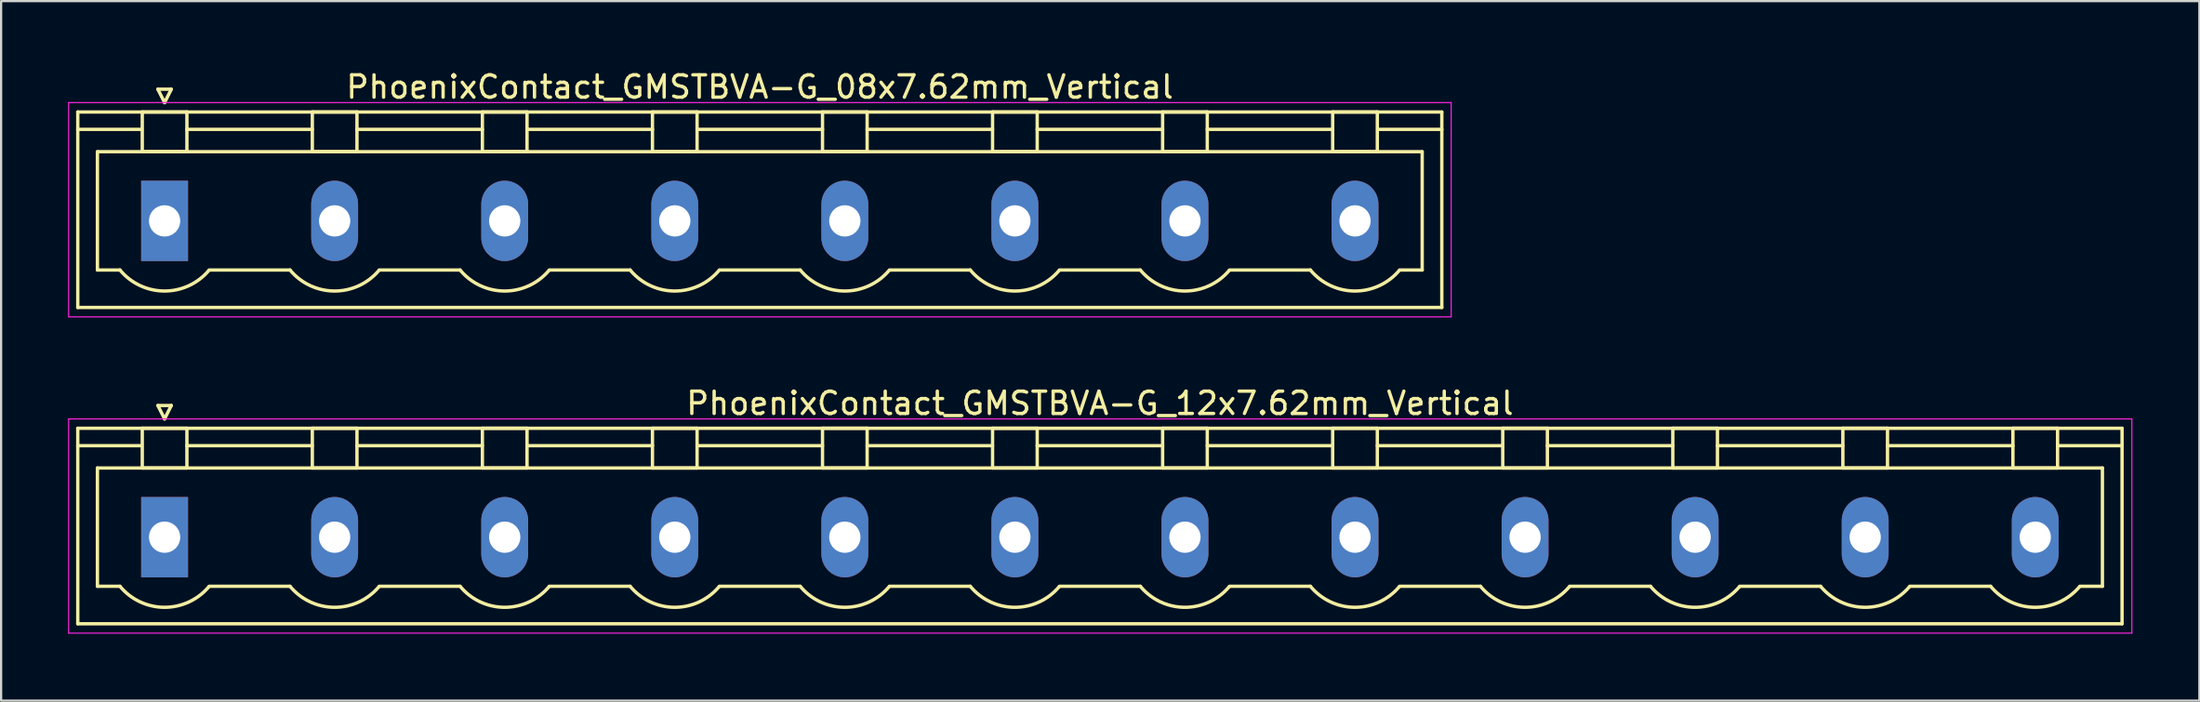
<source format=kicad_pcb>
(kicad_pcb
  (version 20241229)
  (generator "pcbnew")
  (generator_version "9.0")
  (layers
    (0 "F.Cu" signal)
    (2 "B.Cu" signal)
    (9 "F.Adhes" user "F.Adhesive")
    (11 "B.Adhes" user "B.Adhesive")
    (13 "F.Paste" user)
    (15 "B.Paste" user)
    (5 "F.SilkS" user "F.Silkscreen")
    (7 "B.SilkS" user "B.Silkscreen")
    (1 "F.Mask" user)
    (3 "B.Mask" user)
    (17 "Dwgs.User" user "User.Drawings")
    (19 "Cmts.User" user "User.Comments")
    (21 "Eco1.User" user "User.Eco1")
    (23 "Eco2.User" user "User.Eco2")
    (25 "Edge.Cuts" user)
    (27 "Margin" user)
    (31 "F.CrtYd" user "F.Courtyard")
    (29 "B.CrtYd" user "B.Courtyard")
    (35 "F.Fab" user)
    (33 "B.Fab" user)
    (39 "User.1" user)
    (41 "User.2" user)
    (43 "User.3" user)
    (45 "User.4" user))
  (footprint "PhoenixContact_GMSTBVA-G_08x7.62mm_Vertical"
    (layer "F.Cu")
    (at 4.325 6.848)
    (property "Reference" "PhoenixContact_GMSTBVA-G_08x7.62mm_Vertical" (at 26.67 -6 0) (layer "F.SilkS") (effects (font (size 1 1) (thickness 0.15))))
    (attr through_hole)
    (fp_line (start -3.89 -4.88) (end -3.89 3.88) (stroke (width 0.15) (type solid)) (layer "F.SilkS"))
    (fp_line (start -3.89 -4.1) (end -1.08 -4.1) (stroke (width 0.15) (type solid)) (layer "F.SilkS"))
    (fp_line (start -3.89 3.88) (end 57.23 3.88) (stroke (width 0.15) (type solid)) (layer "F.SilkS"))
    (fp_line (start -3.01 -3.1) (end 56.35 -3.1) (stroke (width 0.15) (type solid)) (layer "F.SilkS"))
    (fp_line (start -3.01 2.2) (end -3.01 -3.1) (stroke (width 0.15) (type solid)) (layer "F.SilkS"))
    (fp_line (start -2 2.2) (end -3.01 2.2) (stroke (width 0.15) (type solid)) (layer "F.SilkS"))
    (fp_line (start -1 -4.88) (end 1 -4.88) (stroke (width 0.15) (type solid)) (layer "F.SilkS"))
    (fp_line (start -1 -3.1) (end -1 -4.88) (stroke (width 0.15) (type solid)) (layer "F.SilkS"))
    (fp_line (start -0.3 -5.9) (end 0 -5.3) (stroke (width 0.15) (type solid)) (layer "F.SilkS"))
    (fp_line (start 0 -5.3) (end 0.3 -5.9) (stroke (width 0.15) (type solid)) (layer "F.SilkS"))
    (fp_line (start 0.3 -5.9) (end -0.3 -5.9) (stroke (width 0.15) (type solid)) (layer "F.SilkS"))
    (fp_line (start 1 -4.88) (end 1 -3.1) (stroke (width 0.15) (type solid)) (layer "F.SilkS"))
    (fp_line (start 1 -4.1) (end 6.62 -4.1) (stroke (width 0.15) (type solid)) (layer "F.SilkS"))
    (fp_line (start 1 -3.1) (end -1 -3.1) (stroke (width 0.15) (type solid)) (layer "F.SilkS"))
    (fp_line (start 2 2.2) (end 5.62 2.2) (stroke (width 0.15) (type solid)) (layer "F.SilkS"))
    (fp_line (start 6.62 -4.88) (end 8.62 -4.88) (stroke (width 0.15) (type solid)) (layer "F.SilkS"))
    (fp_line (start 6.62 -3.1) (end 6.62 -4.88) (stroke (width 0.15) (type solid)) (layer "F.SilkS"))
    (fp_line (start 8.62 -4.88) (end 8.62 -3.1) (stroke (width 0.15) (type solid)) (layer "F.SilkS"))
    (fp_line (start 8.62 -4.1) (end 14.24 -4.1) (stroke (width 0.15) (type solid)) (layer "F.SilkS"))
    (fp_line (start 8.62 -3.1) (end 6.62 -3.1) (stroke (width 0.15) (type solid)) (layer "F.SilkS"))
    (fp_line (start 9.62 2.2) (end 13.24 2.2) (stroke (width 0.15) (type solid)) (layer "F.SilkS"))
    (fp_line (start 14.24 -4.88) (end 16.24 -4.88) (stroke (width 0.15) (type solid)) (layer "F.SilkS"))
    (fp_line (start 14.24 -3.1) (end 14.24 -4.88) (stroke (width 0.15) (type solid)) (layer "F.SilkS"))
    (fp_line (start 16.24 -4.88) (end 16.24 -3.1) (stroke (width 0.15) (type solid)) (layer "F.SilkS"))
    (fp_line (start 16.24 -4.1) (end 21.86 -4.1) (stroke (width 0.15) (type solid)) (layer "F.SilkS"))
    (fp_line (start 16.24 -3.1) (end 14.24 -3.1) (stroke (width 0.15) (type solid)) (layer "F.SilkS"))
    (fp_line (start 17.24 2.2) (end 20.86 2.2) (stroke (width 0.15) (type solid)) (layer "F.SilkS"))
    (fp_line (start 21.86 -4.88) (end 23.86 -4.88) (stroke (width 0.15) (type solid)) (layer "F.SilkS"))
    (fp_line (start 21.86 -3.1) (end 21.86 -4.88) (stroke (width 0.15) (type solid)) (layer "F.SilkS"))
    (fp_line (start 23.86 -4.88) (end 23.86 -3.1) (stroke (width 0.15) (type solid)) (layer "F.SilkS"))
    (fp_line (start 23.86 -4.1) (end 29.48 -4.1) (stroke (width 0.15) (type solid)) (layer "F.SilkS"))
    (fp_line (start 23.86 -3.1) (end 21.86 -3.1) (stroke (width 0.15) (type solid)) (layer "F.SilkS"))
    (fp_line (start 24.86 2.2) (end 28.48 2.2) (stroke (width 0.15) (type solid)) (layer "F.SilkS"))
    (fp_line (start 29.48 -4.88) (end 31.48 -4.88) (stroke (width 0.15) (type solid)) (layer "F.SilkS"))
    (fp_line (start 29.48 -3.1) (end 29.48 -4.88) (stroke (width 0.15) (type solid)) (layer "F.SilkS"))
    (fp_line (start 31.48 -4.88) (end 31.48 -3.1) (stroke (width 0.15) (type solid)) (layer "F.SilkS"))
    (fp_line (start 31.48 -4.1) (end 37.1 -4.1) (stroke (width 0.15) (type solid)) (layer "F.SilkS"))
    (fp_line (start 31.48 -3.1) (end 29.48 -3.1) (stroke (width 0.15) (type solid)) (layer "F.SilkS"))
    (fp_line (start 32.48 2.2) (end 36.1 2.2) (stroke (width 0.15) (type solid)) (layer "F.SilkS"))
    (fp_line (start 37.1 -4.88) (end 39.1 -4.88) (stroke (width 0.15) (type solid)) (layer "F.SilkS"))
    (fp_line (start 37.1 -3.1) (end 37.1 -4.88) (stroke (width 0.15) (type solid)) (layer "F.SilkS"))
    (fp_line (start 39.1 -4.88) (end 39.1 -3.1) (stroke (width 0.15) (type solid)) (layer "F.SilkS"))
    (fp_line (start 39.1 -4.1) (end 44.72 -4.1) (stroke (width 0.15) (type solid)) (layer "F.SilkS"))
    (fp_line (start 39.1 -3.1) (end 37.1 -3.1) (stroke (width 0.15) (type solid)) (layer "F.SilkS"))
    (fp_line (start 40.1 2.2) (end 43.72 2.2) (stroke (width 0.15) (type solid)) (layer "F.SilkS"))
    (fp_line (start 44.72 -4.88) (end 46.72 -4.88) (stroke (width 0.15) (type solid)) (layer "F.SilkS"))
    (fp_line (start 44.72 -3.1) (end 44.72 -4.88) (stroke (width 0.15) (type solid)) (layer "F.SilkS"))
    (fp_line (start 46.72 -4.88) (end 46.72 -3.1) (stroke (width 0.15) (type solid)) (layer "F.SilkS"))
    (fp_line (start 46.72 -4.1) (end 52.34 -4.1) (stroke (width 0.15) (type solid)) (layer "F.SilkS"))
    (fp_line (start 46.72 -3.1) (end 44.72 -3.1) (stroke (width 0.15) (type solid)) (layer "F.SilkS"))
    (fp_line (start 47.72 2.2) (end 51.34 2.2) (stroke (width 0.15) (type solid)) (layer "F.SilkS"))
    (fp_line (start 52.34 -4.88) (end 54.34 -4.88) (stroke (width 0.15) (type solid)) (layer "F.SilkS"))
    (fp_line (start 52.34 -3.1) (end 52.34 -4.88) (stroke (width 0.15) (type solid)) (layer "F.SilkS"))
    (fp_line (start 54.34 -4.88) (end 54.34 -3.1) (stroke (width 0.15) (type solid)) (layer "F.SilkS"))
    (fp_line (start 54.34 -3.1) (end 52.34 -3.1) (stroke (width 0.15) (type solid)) (layer "F.SilkS"))
    (fp_line (start 56.35 -3.1) (end 56.35 2.2) (stroke (width 0.15) (type solid)) (layer "F.SilkS"))
    (fp_line (start 56.35 2.2) (end 55.34 2.2) (stroke (width 0.15) (type solid)) (layer "F.SilkS"))
    (fp_line (start 57.23 -4.88) (end -3.89 -4.88) (stroke (width 0.15) (type solid)) (layer "F.SilkS"))
    (fp_line (start 57.23 -4.1) (end 54.42 -4.1) (stroke (width 0.15) (type solid)) (layer "F.SilkS"))
    (fp_line (start 57.23 3.88) (end 57.23 -4.88) (stroke (width 0.15) (type solid)) (layer "F.SilkS"))
    (fp_arc (start 1.986842 2.215821) (mid -0.010289 3.142758) (end -2 2.2) (stroke (width 0.15) (type solid)) (layer "F.SilkS"))
    (fp_arc (start 9.606842 2.215821) (mid 7.609711 3.142758) (end 5.62 2.2) (stroke (width 0.15) (type solid)) (layer "F.SilkS"))
    (fp_arc (start 17.226842 2.215821) (mid 15.229711 3.142758) (end 13.24 2.2) (stroke (width 0.15) (type solid)) (layer "F.SilkS"))
    (fp_arc (start 24.846842 2.215821) (mid 22.849711 3.142758) (end 20.86 2.2) (stroke (width 0.15) (type solid)) (layer "F.SilkS"))
    (fp_arc (start 32.466842 2.215821) (mid 30.469711 3.142758) (end 28.48 2.2) (stroke (width 0.15) (type solid)) (layer "F.SilkS"))
    (fp_arc (start 40.086842 2.215821) (mid 38.089711 3.142758) (end 36.1 2.2) (stroke (width 0.15) (type solid)) (layer "F.SilkS"))
    (fp_arc (start 47.706842 2.215821) (mid 45.709711 3.142758) (end 43.72 2.2) (stroke (width 0.15) (type solid)) (layer "F.SilkS"))
    (fp_arc (start 55.326842 2.215821) (mid 53.329711 3.142758) (end 51.34 2.2) (stroke (width 0.15) (type solid)) (layer "F.SilkS"))
    (fp_line (start -4.3 -5.3) (end -4.3 4.3) (stroke (width 0.05) (type solid)) (layer "F.CrtYd"))
    (fp_line (start -4.3 4.3) (end 57.65 4.3) (stroke (width 0.05) (type solid)) (layer "F.CrtYd"))
    (fp_line (start 57.65 -5.3) (end -4.3 -5.3) (stroke (width 0.05) (type solid)) (layer "F.CrtYd"))
    (fp_line (start 57.65 4.3) (end 57.65 -5.3) (stroke (width 0.05) (type solid)) (layer "F.CrtYd"))
    (pad "1" thru_hole rect (at 0 0) (size 2.1 3.6) (drill 1.4) (layers "*.Cu" "*.Mask"))
    (pad "2" thru_hole oval (at 7.62 0) (size 2.1 3.6) (drill 1.4) (layers "*.Cu" "*.Mask"))
    (pad "3" thru_hole oval (at 15.24 0) (size 2.1 3.6) (drill 1.4) (layers "*.Cu" "*.Mask"))
    (pad "4" thru_hole oval (at 22.86 0) (size 2.1 3.6) (drill 1.4) (layers "*.Cu" "*.Mask"))
    (pad "5" thru_hole oval (at 30.48 0) (size 2.1 3.6) (drill 1.4) (layers "*.Cu" "*.Mask"))
    (pad "6" thru_hole oval (at 38.1 0) (size 2.1 3.6) (drill 1.4) (layers "*.Cu" "*.Mask"))
    (pad "7" thru_hole oval (at 45.72 0) (size 2.1 3.6) (drill 1.4) (layers "*.Cu" "*.Mask"))
    (pad "8" thru_hole oval (at 53.34 0) (size 2.1 3.6) (drill 1.4) (layers "*.Cu" "*.Mask")))
  (footprint "PhoenixContact_GMSTBVA-G_12x7.62mm_Vertical"
    (layer "F.Cu")
    (at 4.325 21.021)
    (property "Reference" "PhoenixContact_GMSTBVA-G_12x7.62mm_Vertical" (at 41.91 -6 0) (layer "F.SilkS") (effects (font (size 1 1) (thickness 0.15))))
    (attr through_hole)
    (fp_line (start -3.89 -4.88) (end -3.89 3.88) (stroke (width 0.15) (type solid)) (layer "F.SilkS"))
    (fp_line (start -3.89 -4.1) (end -1.08 -4.1) (stroke (width 0.15) (type solid)) (layer "F.SilkS"))
    (fp_line (start -3.89 3.88) (end 87.71 3.88) (stroke (width 0.15) (type solid)) (layer "F.SilkS"))
    (fp_line (start -3.01 -3.1) (end 86.83 -3.1) (stroke (width 0.15) (type solid)) (layer "F.SilkS"))
    (fp_line (start -3.01 2.2) (end -3.01 -3.1) (stroke (width 0.15) (type solid)) (layer "F.SilkS"))
    (fp_line (start -2 2.2) (end -3.01 2.2) (stroke (width 0.15) (type solid)) (layer "F.SilkS"))
    (fp_line (start -1 -4.88) (end 1 -4.88) (stroke (width 0.15) (type solid)) (layer "F.SilkS"))
    (fp_line (start -1 -3.1) (end -1 -4.88) (stroke (width 0.15) (type solid)) (layer "F.SilkS"))
    (fp_line (start -0.3 -5.9) (end 0 -5.3) (stroke (width 0.15) (type solid)) (layer "F.SilkS"))
    (fp_line (start 0 -5.3) (end 0.3 -5.9) (stroke (width 0.15) (type solid)) (layer "F.SilkS"))
    (fp_line (start 0.3 -5.9) (end -0.3 -5.9) (stroke (width 0.15) (type solid)) (layer "F.SilkS"))
    (fp_line (start 1 -4.88) (end 1 -3.1) (stroke (width 0.15) (type solid)) (layer "F.SilkS"))
    (fp_line (start 1 -4.1) (end 6.62 -4.1) (stroke (width 0.15) (type solid)) (layer "F.SilkS"))
    (fp_line (start 1 -3.1) (end -1 -3.1) (stroke (width 0.15) (type solid)) (layer "F.SilkS"))
    (fp_line (start 2 2.2) (end 5.62 2.2) (stroke (width 0.15) (type solid)) (layer "F.SilkS"))
    (fp_line (start 6.62 -4.88) (end 8.62 -4.88) (stroke (width 0.15) (type solid)) (layer "F.SilkS"))
    (fp_line (start 6.62 -3.1) (end 6.62 -4.88) (stroke (width 0.15) (type solid)) (layer "F.SilkS"))
    (fp_line (start 8.62 -4.88) (end 8.62 -3.1) (stroke (width 0.15) (type solid)) (layer "F.SilkS"))
    (fp_line (start 8.62 -4.1) (end 14.24 -4.1) (stroke (width 0.15) (type solid)) (layer "F.SilkS"))
    (fp_line (start 8.62 -3.1) (end 6.62 -3.1) (stroke (width 0.15) (type solid)) (layer "F.SilkS"))
    (fp_line (start 9.62 2.2) (end 13.24 2.2) (stroke (width 0.15) (type solid)) (layer "F.SilkS"))
    (fp_line (start 14.24 -4.88) (end 16.24 -4.88) (stroke (width 0.15) (type solid)) (layer "F.SilkS"))
    (fp_line (start 14.24 -3.1) (end 14.24 -4.88) (stroke (width 0.15) (type solid)) (layer "F.SilkS"))
    (fp_line (start 16.24 -4.88) (end 16.24 -3.1) (stroke (width 0.15) (type solid)) (layer "F.SilkS"))
    (fp_line (start 16.24 -4.1) (end 21.86 -4.1) (stroke (width 0.15) (type solid)) (layer "F.SilkS"))
    (fp_line (start 16.24 -3.1) (end 14.24 -3.1) (stroke (width 0.15) (type solid)) (layer "F.SilkS"))
    (fp_line (start 17.24 2.2) (end 20.86 2.2) (stroke (width 0.15) (type solid)) (layer "F.SilkS"))
    (fp_line (start 21.86 -4.88) (end 23.86 -4.88) (stroke (width 0.15) (type solid)) (layer "F.SilkS"))
    (fp_line (start 21.86 -3.1) (end 21.86 -4.88) (stroke (width 0.15) (type solid)) (layer "F.SilkS"))
    (fp_line (start 23.86 -4.88) (end 23.86 -3.1) (stroke (width 0.15) (type solid)) (layer "F.SilkS"))
    (fp_line (start 23.86 -4.1) (end 29.48 -4.1) (stroke (width 0.15) (type solid)) (layer "F.SilkS"))
    (fp_line (start 23.86 -3.1) (end 21.86 -3.1) (stroke (width 0.15) (type solid)) (layer "F.SilkS"))
    (fp_line (start 24.86 2.2) (end 28.48 2.2) (stroke (width 0.15) (type solid)) (layer "F.SilkS"))
    (fp_line (start 29.48 -4.88) (end 31.48 -4.88) (stroke (width 0.15) (type solid)) (layer "F.SilkS"))
    (fp_line (start 29.48 -3.1) (end 29.48 -4.88) (stroke (width 0.15) (type solid)) (layer "F.SilkS"))
    (fp_line (start 31.48 -4.88) (end 31.48 -3.1) (stroke (width 0.15) (type solid)) (layer "F.SilkS"))
    (fp_line (start 31.48 -4.1) (end 37.1 -4.1) (stroke (width 0.15) (type solid)) (layer "F.SilkS"))
    (fp_line (start 31.48 -3.1) (end 29.48 -3.1) (stroke (width 0.15) (type solid)) (layer "F.SilkS"))
    (fp_line (start 32.48 2.2) (end 36.1 2.2) (stroke (width 0.15) (type solid)) (layer "F.SilkS"))
    (fp_line (start 37.1 -4.88) (end 39.1 -4.88) (stroke (width 0.15) (type solid)) (layer "F.SilkS"))
    (fp_line (start 37.1 -3.1) (end 37.1 -4.88) (stroke (width 0.15) (type solid)) (layer "F.SilkS"))
    (fp_line (start 39.1 -4.88) (end 39.1 -3.1) (stroke (width 0.15) (type solid)) (layer "F.SilkS"))
    (fp_line (start 39.1 -4.1) (end 44.72 -4.1) (stroke (width 0.15) (type solid)) (layer "F.SilkS"))
    (fp_line (start 39.1 -3.1) (end 37.1 -3.1) (stroke (width 0.15) (type solid)) (layer "F.SilkS"))
    (fp_line (start 40.1 2.2) (end 43.72 2.2) (stroke (width 0.15) (type solid)) (layer "F.SilkS"))
    (fp_line (start 44.72 -4.88) (end 46.72 -4.88) (stroke (width 0.15) (type solid)) (layer "F.SilkS"))
    (fp_line (start 44.72 -3.1) (end 44.72 -4.88) (stroke (width 0.15) (type solid)) (layer "F.SilkS"))
    (fp_line (start 46.72 -4.88) (end 46.72 -3.1) (stroke (width 0.15) (type solid)) (layer "F.SilkS"))
    (fp_line (start 46.72 -4.1) (end 52.34 -4.1) (stroke (width 0.15) (type solid)) (layer "F.SilkS"))
    (fp_line (start 46.72 -3.1) (end 44.72 -3.1) (stroke (width 0.15) (type solid)) (layer "F.SilkS"))
    (fp_line (start 47.72 2.2) (end 51.34 2.2) (stroke (width 0.15) (type solid)) (layer "F.SilkS"))
    (fp_line (start 52.34 -4.88) (end 54.34 -4.88) (stroke (width 0.15) (type solid)) (layer "F.SilkS"))
    (fp_line (start 52.34 -3.1) (end 52.34 -4.88) (stroke (width 0.15) (type solid)) (layer "F.SilkS"))
    (fp_line (start 54.34 -4.88) (end 54.34 -3.1) (stroke (width 0.15) (type solid)) (layer "F.SilkS"))
    (fp_line (start 54.34 -4.1) (end 59.96 -4.1) (stroke (width 0.15) (type solid)) (layer "F.SilkS"))
    (fp_line (start 54.34 -3.1) (end 52.34 -3.1) (stroke (width 0.15) (type solid)) (layer "F.SilkS"))
    (fp_line (start 55.34 2.2) (end 58.96 2.2) (stroke (width 0.15) (type solid)) (layer "F.SilkS"))
    (fp_line (start 59.96 -4.88) (end 61.96 -4.88) (stroke (width 0.15) (type solid)) (layer "F.SilkS"))
    (fp_line (start 59.96 -3.1) (end 59.96 -4.88) (stroke (width 0.15) (type solid)) (layer "F.SilkS"))
    (fp_line (start 61.96 -4.88) (end 61.96 -3.1) (stroke (width 0.15) (type solid)) (layer "F.SilkS"))
    (fp_line (start 61.96 -4.1) (end 67.58 -4.1) (stroke (width 0.15) (type solid)) (layer "F.SilkS"))
    (fp_line (start 61.96 -3.1) (end 59.96 -3.1) (stroke (width 0.15) (type solid)) (layer "F.SilkS"))
    (fp_line (start 62.96 2.2) (end 66.58 2.2) (stroke (width 0.15) (type solid)) (layer "F.SilkS"))
    (fp_line (start 67.58 -4.88) (end 69.58 -4.88) (stroke (width 0.15) (type solid)) (layer "F.SilkS"))
    (fp_line (start 67.58 -3.1) (end 67.58 -4.88) (stroke (width 0.15) (type solid)) (layer "F.SilkS"))
    (fp_line (start 69.58 -4.88) (end 69.58 -3.1) (stroke (width 0.15) (type solid)) (layer "F.SilkS"))
    (fp_line (start 69.58 -4.1) (end 75.2 -4.1) (stroke (width 0.15) (type solid)) (layer "F.SilkS"))
    (fp_line (start 69.58 -3.1) (end 67.58 -3.1) (stroke (width 0.15) (type solid)) (layer "F.SilkS"))
    (fp_line (start 70.58 2.2) (end 74.2 2.2) (stroke (width 0.15) (type solid)) (layer "F.SilkS"))
    (fp_line (start 75.2 -4.88) (end 77.2 -4.88) (stroke (width 0.15) (type solid)) (layer "F.SilkS"))
    (fp_line (start 75.2 -3.1) (end 75.2 -4.88) (stroke (width 0.15) (type solid)) (layer "F.SilkS"))
    (fp_line (start 77.2 -4.88) (end 77.2 -3.1) (stroke (width 0.15) (type solid)) (layer "F.SilkS"))
    (fp_line (start 77.2 -4.1) (end 82.82 -4.1) (stroke (width 0.15) (type solid)) (layer "F.SilkS"))
    (fp_line (start 77.2 -3.1) (end 75.2 -3.1) (stroke (width 0.15) (type solid)) (layer "F.SilkS"))
    (fp_line (start 78.2 2.2) (end 81.82 2.2) (stroke (width 0.15) (type solid)) (layer "F.SilkS"))
    (fp_line (start 82.82 -4.88) (end 84.82 -4.88) (stroke (width 0.15) (type solid)) (layer "F.SilkS"))
    (fp_line (start 82.82 -3.1) (end 82.82 -4.88) (stroke (width 0.15) (type solid)) (layer "F.SilkS"))
    (fp_line (start 84.82 -4.88) (end 84.82 -3.1) (stroke (width 0.15) (type solid)) (layer "F.SilkS"))
    (fp_line (start 84.82 -3.1) (end 82.82 -3.1) (stroke (width 0.15) (type solid)) (layer "F.SilkS"))
    (fp_line (start 86.83 -3.1) (end 86.83 2.2) (stroke (width 0.15) (type solid)) (layer "F.SilkS"))
    (fp_line (start 86.83 2.2) (end 85.82 2.2) (stroke (width 0.15) (type solid)) (layer "F.SilkS"))
    (fp_line (start 87.71 -4.88) (end -3.89 -4.88) (stroke (width 0.15) (type solid)) (layer "F.SilkS"))
    (fp_line (start 87.71 -4.1) (end 84.9 -4.1) (stroke (width 0.15) (type solid)) (layer "F.SilkS"))
    (fp_line (start 87.71 3.88) (end 87.71 -4.88) (stroke (width 0.15) (type solid)) (layer "F.SilkS"))
    (fp_arc (start 1.986842 2.215821) (mid -0.010289 3.142758) (end -2 2.2) (stroke (width 0.15) (type solid)) (layer "F.SilkS"))
    (fp_arc (start 9.606842 2.215821) (mid 7.609711 3.142758) (end 5.62 2.2) (stroke (width 0.15) (type solid)) (layer "F.SilkS"))
    (fp_arc (start 17.226842 2.215821) (mid 15.229711 3.142758) (end 13.24 2.2) (stroke (width 0.15) (type solid)) (layer "F.SilkS"))
    (fp_arc (start 24.846842 2.215821) (mid 22.849711 3.142758) (end 20.86 2.2) (stroke (width 0.15) (type solid)) (layer "F.SilkS"))
    (fp_arc (start 32.466842 2.215821) (mid 30.469711 3.142758) (end 28.48 2.2) (stroke (width 0.15) (type solid)) (layer "F.SilkS"))
    (fp_arc (start 40.086842 2.215821) (mid 38.089711 3.142758) (end 36.1 2.2) (stroke (width 0.15) (type solid)) (layer "F.SilkS"))
    (fp_arc (start 47.706842 2.215821) (mid 45.709711 3.142758) (end 43.72 2.2) (stroke (width 0.15) (type solid)) (layer "F.SilkS"))
    (fp_arc (start 55.326842 2.215821) (mid 53.329711 3.142758) (end 51.34 2.2) (stroke (width 0.15) (type solid)) (layer "F.SilkS"))
    (fp_arc (start 62.946842 2.215821) (mid 60.949711 3.142758) (end 58.96 2.2) (stroke (width 0.15) (type solid)) (layer "F.SilkS"))
    (fp_arc (start 70.566842 2.215821) (mid 68.569711 3.142758) (end 66.58 2.2) (stroke (width 0.15) (type solid)) (layer "F.SilkS"))
    (fp_arc (start 78.186842 2.215821) (mid 76.189711 3.142758) (end 74.2 2.2) (stroke (width 0.15) (type solid)) (layer "F.SilkS"))
    (fp_arc (start 85.806842 2.215821) (mid 83.809711 3.142758) (end 81.82 2.2) (stroke (width 0.15) (type solid)) (layer "F.SilkS"))
    (fp_line (start -4.3 -5.3) (end -4.3 4.3) (stroke (width 0.05) (type solid)) (layer "F.CrtYd"))
    (fp_line (start -4.3 4.3) (end 88.15 4.3) (stroke (width 0.05) (type solid)) (layer "F.CrtYd"))
    (fp_line (start 88.15 -5.3) (end -4.3 -5.3) (stroke (width 0.05) (type solid)) (layer "F.CrtYd"))
    (fp_line (start 88.15 4.3) (end 88.15 -5.3) (stroke (width 0.05) (type solid)) (layer "F.CrtYd"))
    (pad "1" thru_hole rect (at 0 0) (size 2.1 3.6) (drill 1.4) (layers "*.Cu" "*.Mask"))
    (pad "2" thru_hole oval (at 7.62 0) (size 2.1 3.6) (drill 1.4) (layers "*.Cu" "*.Mask"))
    (pad "3" thru_hole oval (at 15.24 0) (size 2.1 3.6) (drill 1.4) (layers "*.Cu" "*.Mask"))
    (pad "4" thru_hole oval (at 22.86 0) (size 2.1 3.6) (drill 1.4) (layers "*.Cu" "*.Mask"))
    (pad "5" thru_hole oval (at 30.48 0) (size 2.1 3.6) (drill 1.4) (layers "*.Cu" "*.Mask"))
    (pad "6" thru_hole oval (at 38.1 0) (size 2.1 3.6) (drill 1.4) (layers "*.Cu" "*.Mask"))
    (pad "7" thru_hole oval (at 45.72 0) (size 2.1 3.6) (drill 1.4) (layers "*.Cu" "*.Mask"))
    (pad "8" thru_hole oval (at 53.34 0) (size 2.1 3.6) (drill 1.4) (layers "*.Cu" "*.Mask"))
    (pad "9" thru_hole oval (at 60.96 0) (size 2.1 3.6) (drill 1.4) (layers "*.Cu" "*.Mask"))
    (pad "10" thru_hole oval (at 68.58 0) (size 2.1 3.6) (drill 1.4) (layers "*.Cu" "*.Mask"))
    (pad "11" thru_hole oval (at 76.2 0) (size 2.1 3.6) (drill 1.4) (layers "*.Cu" "*.Mask"))
    (pad "12" thru_hole oval (at 83.82 0) (size 2.1 3.6) (drill 1.4) (layers "*.Cu" "*.Mask")))
  (gr_rect
    (start -3 -3)
    (end 95.5 28.346)
    (stroke (width 0.1) (type default))
    (fill no)
    (layer "Edge.Cuts")))
</source>
